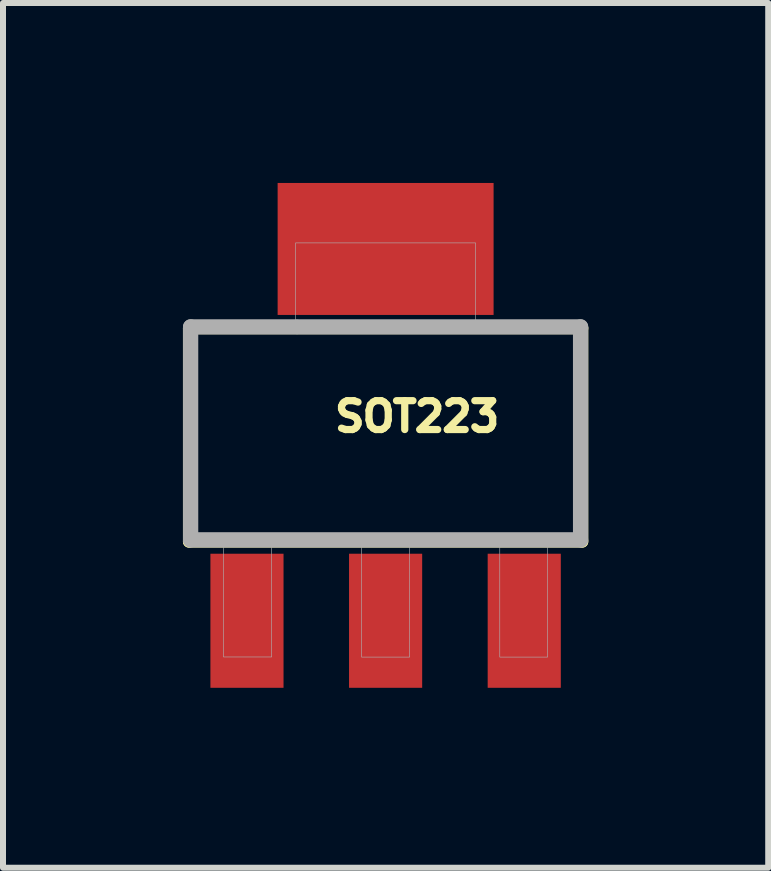
<source format=kicad_pcb>
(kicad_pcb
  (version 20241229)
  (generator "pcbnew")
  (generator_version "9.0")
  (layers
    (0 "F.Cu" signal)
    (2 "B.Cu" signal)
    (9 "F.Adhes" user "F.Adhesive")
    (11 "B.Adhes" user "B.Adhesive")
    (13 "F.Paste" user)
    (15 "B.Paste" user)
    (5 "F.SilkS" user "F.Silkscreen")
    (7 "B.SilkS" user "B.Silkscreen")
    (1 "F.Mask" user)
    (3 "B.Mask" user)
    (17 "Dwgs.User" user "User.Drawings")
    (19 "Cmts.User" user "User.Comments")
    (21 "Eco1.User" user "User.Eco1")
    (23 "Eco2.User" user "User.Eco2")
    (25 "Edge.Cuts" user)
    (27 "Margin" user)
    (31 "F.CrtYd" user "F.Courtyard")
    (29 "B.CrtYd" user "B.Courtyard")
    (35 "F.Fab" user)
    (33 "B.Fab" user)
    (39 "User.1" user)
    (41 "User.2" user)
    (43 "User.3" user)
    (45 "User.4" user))
  (footprint "SOT223"
    (layer "F.Cu")
    (at 3.378 4.199)
    (property "Reference" "SOT223" (at 0.525 -0.305 0) (layer "F.SilkS") (effects (font (size 0.481 0.481) (thickness 0.15))))
    (attr smd)
    (fp_line (start -3.277 -1.778) (end 3.277 -1.778) (stroke (width 0.203) (type solid)) (layer "F.SilkS"))
    (fp_line (start -3.277 1.778) (end -3.277 -1.778) (stroke (width 0.203) (type solid)) (layer "F.SilkS"))
    (fp_line (start 3.277 -1.778) (end 3.277 1.778) (stroke (width 0.203) (type solid)) (layer "F.SilkS"))
    (fp_line (start 3.277 1.778) (end -3.277 1.778) (stroke (width 0.203) (type solid)) (layer "F.SilkS"))
    (fp_line (start -3.25 -1.8) (end -3.25 1.75) (stroke (width 0.254) (type solid)) (layer "F.Fab"))
    (fp_line (start -3.25 1.75) (end 3.25 1.75) (stroke (width 0.254) (type solid)) (layer "F.Fab"))
    (fp_line (start -1.5 -1.8) (end -3.25 -1.8) (stroke (width 0.254) (type solid)) (layer "F.Fab"))
    (fp_line (start 3.25 -1.8) (end -1.45 -1.8) (stroke (width 0.254) (type solid)) (layer "F.Fab"))
    (fp_line (start 3.25 1.75) (end 3.25 -1.8) (stroke (width 0.254) (type solid)) (layer "F.Fab"))
    (fp_poly (pts (xy -2.702 1.8) (xy -1.9 1.8) (xy -1.9 3.703) (xy -2.702 3.703)) (stroke (width 0.01) (type solid)) (fill no) (layer "F.Fab"))
    (fp_poly (pts (xy -1.501 -3.2) (xy 1.5 -3.2) (xy 1.5 -1.801) (xy -1.501 -1.801)) (stroke (width 0.01) (type solid)) (fill no) (layer "F.Fab"))
    (fp_poly (pts (xy -0.401 1.8) (xy 0.4 1.8) (xy 0.4 3.705) (xy -0.401 3.705)) (stroke (width 0.01) (type solid)) (fill no) (layer "F.Fab"))
    (fp_poly (pts (xy 1.903 1.8) (xy 2.7 1.8) (xy 2.7 3.705) (xy 1.903 3.705)) (stroke (width 0.01) (type solid)) (fill no) (layer "F.Fab"))
    (pad "1" smd rect (at -2.311 3.099) (size 1.219 2.235) (layers "F.Cu" "F.Mask" "F.Paste"))
    (pad "2" smd rect (at 0 3.099) (size 1.219 2.235) (layers "F.Cu" "F.Mask" "F.Paste"))
    (pad "3" smd rect (at 2.311 3.099) (size 1.219 2.235) (layers "F.Cu" "F.Mask" "F.Paste"))
    (pad "TAB" smd rect (at 0 -3.099) (size 3.6 2.2) (layers "F.Cu" "F.Mask" "F.Paste")))
  (gr_rect
    (start -3 -3)
    (end 9.756 11.415)
    (stroke (width 0.1) (type default))
    (fill no)
    (layer "Edge.Cuts")))
</source>
